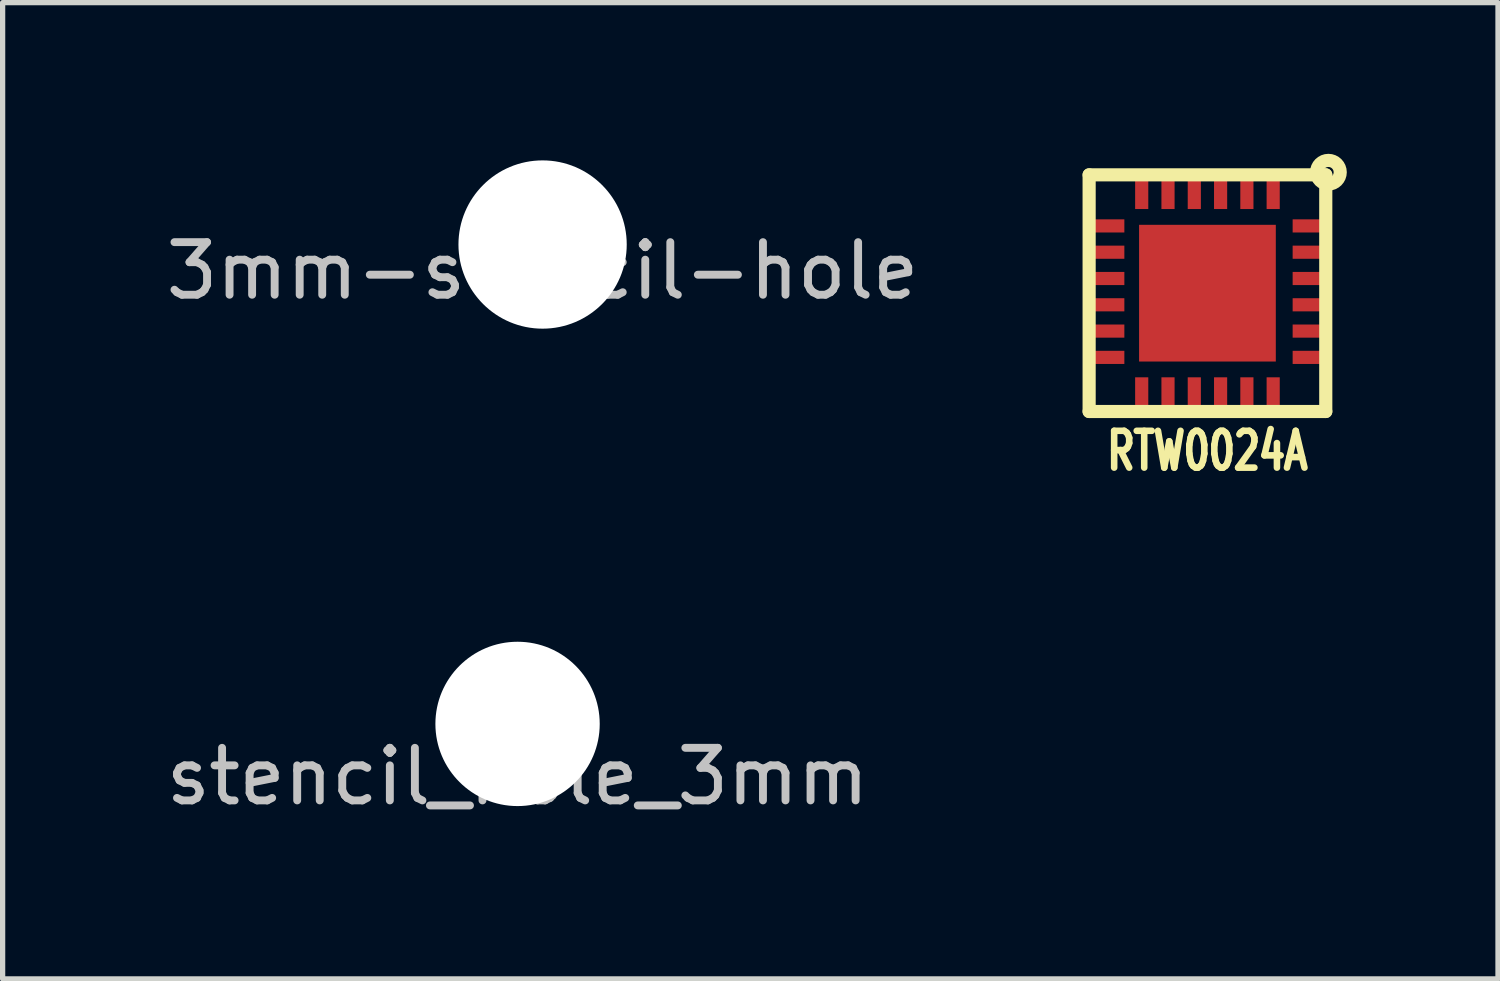
<source format=kicad_pcb>
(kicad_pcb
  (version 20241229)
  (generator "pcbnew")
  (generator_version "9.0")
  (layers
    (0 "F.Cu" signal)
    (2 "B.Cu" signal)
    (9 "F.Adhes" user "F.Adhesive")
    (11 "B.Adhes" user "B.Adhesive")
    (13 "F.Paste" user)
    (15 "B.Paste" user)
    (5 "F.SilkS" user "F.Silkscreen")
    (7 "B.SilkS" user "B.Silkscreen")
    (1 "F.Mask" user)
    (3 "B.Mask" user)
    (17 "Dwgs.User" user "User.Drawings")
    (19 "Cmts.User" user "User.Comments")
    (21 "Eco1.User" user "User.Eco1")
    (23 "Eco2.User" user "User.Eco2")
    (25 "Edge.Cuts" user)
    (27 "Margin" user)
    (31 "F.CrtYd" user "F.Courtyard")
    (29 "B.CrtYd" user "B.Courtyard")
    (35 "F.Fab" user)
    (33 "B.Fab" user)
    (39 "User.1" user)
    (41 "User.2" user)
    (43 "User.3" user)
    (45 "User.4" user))
  (footprint "RTW0024A"
    (layer "F.Cu")
    (at 19.911 2.525)
    (property "Reference" "RTW0024A" (at 0 3 0) (layer "F.SilkS") (effects (font (size 0.7 0.5) (thickness 0.125))))
    (attr through_hole)
    (fp_line (start -2.25 -2.25) (end -2.25 2.25) (stroke (width 0.25) (type solid)) (layer "F.SilkS"))
    (fp_line (start -2.25 2.25) (end 2.25 2.25) (stroke (width 0.25) (type solid)) (layer "F.SilkS"))
    (fp_line (start 2.25 -2.25) (end -2.25 -2.25) (stroke (width 0.25) (type solid)) (layer "F.SilkS"))
    (fp_line (start 2.25 2.25) (end 2.25 -2.25) (stroke (width 0.25) (type solid)) (layer "F.SilkS"))
    (fp_circle (center 2.3 -2.3) (end 2.3 -2.2) (stroke (width 0.25) (type solid)) (fill no) (layer "F.SilkS"))
    (pad "1" smd rect (at -1.25 -1.9) (size 0.25 0.6) (layers "F.Cu" "F.Mask" "F.Paste"))
    (pad "2" smd rect (at -0.75 -1.9) (size 0.25 0.6) (layers "F.Cu" "F.Mask" "F.Paste"))
    (pad "3" smd rect (at -0.25 -1.9) (size 0.25 0.6) (layers "F.Cu" "F.Mask" "F.Paste"))
    (pad "4" smd rect (at 0.25 -1.9) (size 0.25 0.6) (layers "F.Cu" "F.Mask" "F.Paste"))
    (pad "5" smd rect (at 0.75 -1.9) (size 0.25 0.6) (layers "F.Cu" "F.Mask" "F.Paste"))
    (pad "6" smd rect (at 1.25 -1.9) (size 0.25 0.6) (layers "F.Cu" "F.Mask" "F.Paste"))
    (pad "7" smd rect (at 1.92 -1.279 90) (size 0.25 0.6) (layers "F.Cu" "F.Mask" "F.Paste"))
    (pad "8" smd rect (at 1.92 -0.779 90) (size 0.25 0.6) (layers "F.Cu" "F.Mask" "F.Paste"))
    (pad "9" smd rect (at 1.92 -0.279 90) (size 0.25 0.6) (layers "F.Cu" "F.Mask" "F.Paste"))
    (pad "10" smd rect (at 1.92 0.221 90) (size 0.25 0.6) (layers "F.Cu" "F.Mask" "F.Paste"))
    (pad "11" smd rect (at 1.92 0.721 90) (size 0.25 0.6) (layers "F.Cu" "F.Mask" "F.Paste"))
    (pad "12" smd rect (at 1.92 1.221 90) (size 0.25 0.6) (layers "F.Cu" "F.Mask" "F.Paste"))
    (pad "13" smd rect (at 1.25 1.9) (size 0.25 0.6) (layers "F.Cu" "F.Mask" "F.Paste"))
    (pad "14" smd rect (at 0.75 1.9) (size 0.25 0.6) (layers "F.Cu" "F.Mask" "F.Paste"))
    (pad "15" smd rect (at 0.25 1.9) (size 0.25 0.6) (layers "F.Cu" "F.Mask" "F.Paste"))
    (pad "16" smd rect (at -0.25 1.9) (size 0.25 0.6) (layers "F.Cu" "F.Mask" "F.Paste"))
    (pad "17" smd rect (at -0.75 1.9) (size 0.25 0.6) (layers "F.Cu" "F.Mask" "F.Paste"))
    (pad "18" smd rect (at -1.25 1.9) (size 0.25 0.6) (layers "F.Cu" "F.Mask" "F.Paste"))
    (pad "19" smd rect (at -1.88 1.221 90) (size 0.25 0.6) (layers "F.Cu" "F.Mask" "F.Paste"))
    (pad "20" smd rect (at -1.88 0.721 90) (size 0.25 0.6) (layers "F.Cu" "F.Mask" "F.Paste"))
    (pad "21" smd rect (at -1.88 0.221 90) (size 0.25 0.6) (layers "F.Cu" "F.Mask" "F.Paste"))
    (pad "22" smd rect (at -1.88 -0.279 90) (size 0.25 0.6) (layers "F.Cu" "F.Mask" "F.Paste"))
    (pad "23" smd rect (at -1.88 -0.779 90) (size 0.25 0.6) (layers "F.Cu" "F.Mask" "F.Paste"))
    (pad "24" smd rect (at -1.88 -1.279 90) (size 0.25 0.6) (layers "F.Cu" "F.Mask" "F.Paste"))
    (pad "25" smd rect (at 0 0) (size 2.6 2.6) (layers "F.Cu" "F.Mask" "F.Paste")))
  (footprint "3mm-stencil-hole"
    (layer "F.Cu")
    (at 7.268 1.6)
    (property "Reference" "3mm-stencil-hole" (at 0 0.5 0) (layer "Dwgs.User") (effects (font (size 1 1) (thickness 0.15))))
    (attr through_hole)
    (pad "" np_thru_hole circle (at 0 0) (size 3.2 3.2) (drill 3.2) (layers "*.Cu" "*.Paste" "*.Mask")))
  (footprint "stencil_hole_3mm"
    (layer "F.Cu")
    (at 6.792 10.716)
    (property "Reference" "stencil_hole_3mm" (at 0 1 0) (layer "Dwgs.User") (effects (font (size 1 1) (thickness 0.15))))
    (attr through_hole)
    (pad "" np_thru_hole circle (at 0 0) (size 3.125 3.125) (drill 3.125) (layers "*.Cu" "*.Paste" "*.Mask")))
  (gr_rect
    (start -3 -3)
    (end 25.436 15.565)
    (stroke (width 0.1) (type default))
    (fill no)
    (layer "Edge.Cuts")))
</source>
